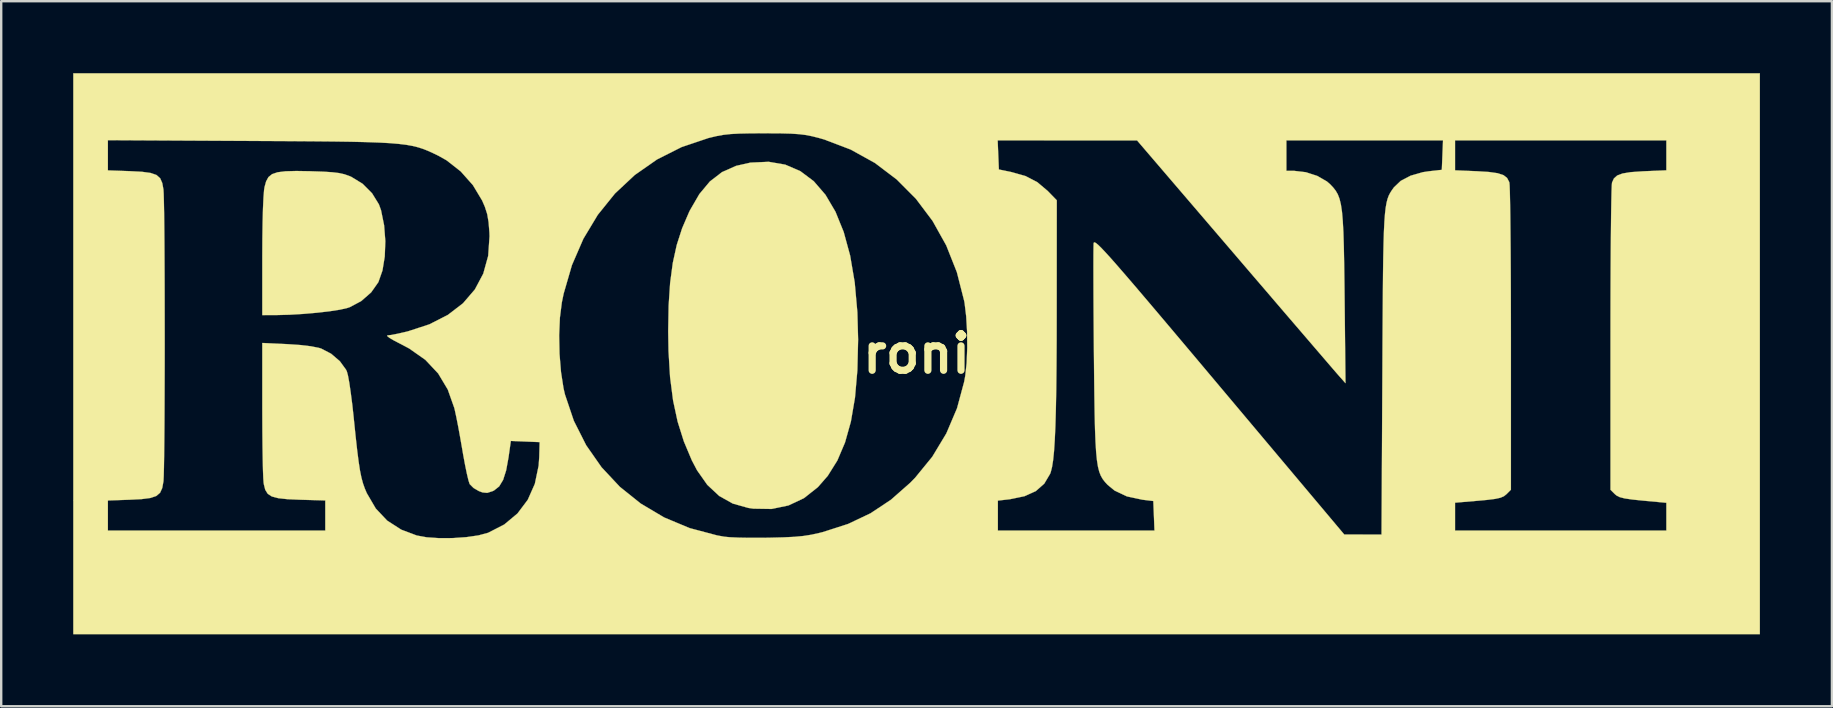
<source format=kicad_pcb>
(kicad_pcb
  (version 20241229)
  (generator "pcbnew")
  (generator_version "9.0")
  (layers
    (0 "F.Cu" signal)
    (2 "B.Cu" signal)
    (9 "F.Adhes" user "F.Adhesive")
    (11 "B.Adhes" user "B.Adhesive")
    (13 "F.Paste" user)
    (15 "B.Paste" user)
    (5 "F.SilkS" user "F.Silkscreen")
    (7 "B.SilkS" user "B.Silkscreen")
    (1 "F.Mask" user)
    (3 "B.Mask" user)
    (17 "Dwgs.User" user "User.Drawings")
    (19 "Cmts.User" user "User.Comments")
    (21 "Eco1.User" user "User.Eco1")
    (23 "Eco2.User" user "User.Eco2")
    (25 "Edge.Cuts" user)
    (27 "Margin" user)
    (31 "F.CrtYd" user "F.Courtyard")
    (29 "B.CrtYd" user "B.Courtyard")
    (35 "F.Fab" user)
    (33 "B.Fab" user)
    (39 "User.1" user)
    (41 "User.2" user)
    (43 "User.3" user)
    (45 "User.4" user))
  (footprint "roni"
    (layer "F.Cu")
    (at 35.142 11.689)
    (property "Reference" "roni" (at 0 0 0) (layer "F.SilkS") (effects (font (size 1.524 1.524) (thickness 0.3))))
    (attr through_hole)
    (fp_poly (pts (xy -25.247 -7.604) (xy -25.234 -7.603) (xy -24.724 -7.586) (xy -24.347 -7.562) (xy -24.066 -7.528) (xy -23.842 -7.478) (xy -23.64 -7.407) (xy -23.555 -7.371) (xy -23.085 -7.083) (xy -22.689 -6.686) (xy -22.403 -6.223) (xy -22.314 -5.976) (xy -22.187 -5.351) (xy -22.136 -4.693) (xy -22.16 -4.051) (xy -22.255 -3.469) (xy -22.422 -2.993) (xy -22.431 -2.975) (xy -22.727 -2.556) (xy -23.137 -2.197) (xy -23.606 -1.945) (xy -23.723 -1.905) (xy -24.031 -1.835) (xy -24.466 -1.768) (xy -24.988 -1.708) (xy -25.554 -1.659) (xy -26.123 -1.625) (xy -26.654 -1.611) (xy -26.691 -1.611) (xy -27.263 -1.609) (xy -27.263 -4.06) (xy -27.259 -4.808) (xy -27.249 -5.478) (xy -27.234 -6.05) (xy -27.213 -6.505) (xy -27.188 -6.823) (xy -27.169 -6.946) (xy -27.103 -7.183) (xy -27.006 -7.36) (xy -26.854 -7.483) (xy -26.625 -7.561) (xy -26.296 -7.602) (xy -25.844 -7.614) (xy -25.247 -7.604)) (stroke (width 0.01) (type solid)) (fill yes) (layer "F.SilkS"))
    (fp_poly (pts (xy -5.47 -7.878) (xy -4.843 -7.607) (xy -4.284 -7.188) (xy -3.796 -6.623) (xy -3.379 -5.916) (xy -3.036 -5.071) (xy -2.768 -4.088) (xy -2.578 -2.973) (xy -2.467 -1.728) (xy -2.436 -0.593) (xy -2.467 0.691) (xy -2.566 1.828) (xy -2.737 2.827) (xy -2.981 3.697) (xy -3.3 4.447) (xy -3.699 5.086) (xy -4.11 5.557) (xy -4.691 6.017) (xy -5.336 6.321) (xy -6.041 6.468) (xy -6.8 6.456) (xy -7.008 6.426) (xy -7.658 6.244) (xy -8.225 5.926) (xy -8.719 5.466) (xy -9.148 4.856) (xy -9.364 4.445) (xy -9.697 3.654) (xy -9.956 2.831) (xy -10.146 1.947) (xy -10.271 0.977) (xy -10.336 -0.109) (xy -10.35 -0.931) (xy -10.331 -2.01) (xy -10.269 -2.951) (xy -10.158 -3.783) (xy -9.993 -4.533) (xy -9.769 -5.228) (xy -9.482 -5.896) (xy -9.447 -5.969) (xy -9.052 -6.651) (xy -8.611 -7.18) (xy -8.106 -7.568) (xy -7.521 -7.828) (xy -6.921 -7.963) (xy -6.163 -7.997) (xy -5.47 -7.878)) (stroke (width 0.01) (type solid)) (fill yes) (layer "F.SilkS"))
    (fp_poly (pts (xy 35.137 11.684) (xy -35.137 11.684) (xy -35.137 -7.639) (xy -33.697 -7.639) (xy -32.782 -7.607) (xy -32.277 -7.581) (xy -31.916 -7.532) (xy -31.671 -7.447) (xy -31.518 -7.311) (xy -31.43 -7.111) (xy -31.382 -6.843) (xy -31.372 -6.67) (xy -31.363 -6.344) (xy -31.354 -5.885) (xy -31.347 -5.309) (xy -31.341 -4.635) (xy -31.337 -3.879) (xy -31.333 -3.06) (xy -31.331 -2.195) (xy -31.33 -1.302) (xy -31.329 -0.398) (xy -31.33 0.498) (xy -31.333 1.37) (xy -31.336 2.199) (xy -31.34 2.969) (xy -31.346 3.661) (xy -31.353 4.257) (xy -31.361 4.74) (xy -31.37 5.093) (xy -31.38 5.298) (xy -31.382 5.319) (xy -31.432 5.596) (xy -31.522 5.793) (xy -31.678 5.927) (xy -31.927 6.011) (xy -32.293 6.058) (xy -32.782 6.083) (xy -33.697 6.115) (xy -33.697 7.366) (xy -24.638 7.366) (xy -24.638 6.113) (xy -25.679 6.084) (xy -26.21 6.061) (xy -26.597 6.019) (xy -26.865 5.948) (xy -27.037 5.835) (xy -27.14 5.669) (xy -27.198 5.439) (xy -27.208 5.371) (xy -27.221 5.188) (xy -27.234 4.861) (xy -27.244 4.412) (xy -27.253 3.866) (xy -27.259 3.248) (xy -27.262 2.582) (xy -27.263 2.262) (xy -27.263 -0.448) (xy -26.226 -0.4) (xy -25.696 -0.364) (xy -25.242 -0.311) (xy -24.903 -0.244) (xy -24.808 -0.215) (xy -24.396 -0.000476) (xy -24.033 0.309) (xy -23.774 0.664) (xy -23.738 0.741) (xy -23.693 0.909) (xy -23.637 1.215) (xy -23.577 1.627) (xy -23.514 2.115) (xy -23.456 2.646) (xy -23.452 2.688) (xy -23.376 3.427) (xy -23.31 4.02) (xy -23.25 4.49) (xy -23.193 4.862) (xy -23.133 5.159) (xy -23.067 5.403) (xy -22.991 5.617) (xy -22.907 5.813) (xy -22.535 6.449) (xy -22.06 6.953) (xy -21.473 7.331) (xy -20.828 7.574) (xy -20.411 7.65) (xy -19.892 7.685) (xy -19.324 7.682) (xy -18.761 7.643) (xy -18.256 7.57) (xy -17.862 7.464) (xy -17.852 7.461) (xy -17.182 7.117) (xy -16.629 6.656) (xy -16.202 6.088) (xy -15.906 5.421) (xy -15.748 4.664) (xy -15.723 4.307) (xy -15.706 3.683) (xy -16.906 3.634) (xy -17.003 4.32) (xy -17.102 4.862) (xy -17.228 5.257) (xy -17.393 5.529) (xy -17.607 5.698) (xy -17.668 5.727) (xy -17.891 5.798) (xy -18.083 5.78) (xy -18.239 5.723) (xy -18.46 5.594) (xy -18.615 5.439) (xy -18.625 5.423) (xy -18.672 5.277) (xy -18.738 5) (xy -18.815 4.625) (xy -18.896 4.187) (xy -18.928 3.997) (xy -19.013 3.51) (xy -19.099 3.038) (xy -19.18 2.628) (xy -19.246 2.326) (xy -19.26 2.266) (xy -19.535 1.49) (xy -19.935 0.822) (xy -20.468 0.255) (xy -21.14 -0.217) (xy -21.46 -0.387) (xy -21.759 -0.541) (xy -21.968 -0.664) (xy -22.064 -0.742) (xy -22.048 -0.762) (xy -22.005 -0.767) (xy -14.894 -0.767) (xy -14.878 0.008) (xy -14.816 0.764) (xy -14.711 1.441) (xy -14.653 1.693) (xy -14.281 2.797) (xy -13.768 3.813) (xy -13.126 4.732) (xy -12.364 5.546) (xy -11.491 6.245) (xy -10.518 6.822) (xy -9.454 7.267) (xy -8.309 7.571) (xy -8.001 7.626) (xy -7.772 7.647) (xy -7.413 7.663) (xy -6.964 7.671) (xy -6.464 7.671) (xy -6.138 7.667) (xy -5.554 7.652) (xy -5.096 7.63) (xy -4.722 7.595) (xy -4.391 7.543) (xy -4.059 7.47) (xy -3.894 7.428) (xy -2.849 7.091) (xy -1.918 6.649) (xy -1.068 6.085) (xy -0.266 5.379) (xy -0.06 5.168) (xy 0.653 4.295) (xy 1.239 3.323) (xy 1.686 2.272) (xy 1.984 1.166) (xy 2.028 0.92) (xy 2.086 0.388) (xy 2.111 -0.245) (xy 2.105 -0.916) (xy 2.067 -1.56) (xy 2 -2.114) (xy 1.985 -2.197) (xy 1.679 -3.398) (xy 1.236 -4.514) (xy 0.665 -5.536) (xy -0.027 -6.456) (xy -0.83 -7.263) (xy -1.738 -7.95) (xy -2.742 -8.506) (xy -3.748 -8.89) (xy 3.379 -8.89) (xy 3.429 -7.677) (xy 3.946 -7.571) (xy 4.541 -7.403) (xy 5.029 -7.15) (xy 5.464 -6.783) (xy 5.487 -6.759) (xy 5.842 -6.394) (xy 5.839 -1.864) (xy 5.837 -0.59) (xy 5.83 0.525) (xy 5.82 1.491) (xy 5.804 2.318) (xy 5.784 3.016) (xy 5.758 3.596) (xy 5.727 4.066) (xy 5.689 4.439) (xy 5.644 4.723) (xy 5.592 4.929) (xy 5.566 5.001) (xy 5.321 5.414) (xy 4.97 5.723) (xy 4.499 5.936) (xy 3.893 6.062) (xy 3.831 6.069) (xy 3.387 6.12) (xy 3.387 7.366) (xy 9.913 7.366) (xy 9.889 6.752) (xy 9.864 6.138) (xy 9.41 6.083) (xy 8.765 5.945) (xy 8.251 5.702) (xy 7.963 5.466) (xy 7.852 5.346) (xy 7.758 5.225) (xy 7.679 5.088) (xy 7.613 4.921) (xy 7.559 4.709) (xy 7.516 4.439) (xy 7.482 4.096) (xy 7.456 3.666) (xy 7.435 3.135) (xy 7.42 2.489) (xy 7.408 1.713) (xy 7.397 0.793) (xy 7.389 -0.042) (xy 7.382 -0.889) (xy 7.376 -1.691) (xy 7.372 -2.43) (xy 7.37 -3.089) (xy 7.369 -3.652) (xy 7.37 -4.1) (xy 7.373 -4.418) (xy 7.377 -4.588) (xy 7.379 -4.605) (xy 7.391 -4.636) (xy 7.424 -4.639) (xy 7.481 -4.607) (xy 7.571 -4.532) (xy 7.699 -4.407) (xy 7.871 -4.224) (xy 8.095 -3.978) (xy 8.375 -3.66) (xy 8.719 -3.263) (xy 9.133 -2.781) (xy 9.623 -2.205) (xy 10.195 -1.53) (xy 10.856 -0.747) (xy 11.612 0.15) (xy 12.469 1.169) (xy 12.615 1.343) (xy 17.822 7.534) (xy 18.598 7.535) (xy 19.374 7.535) (xy 19.409 0.826) (xy 19.415 -0.437) (xy 19.422 -1.543) (xy 19.429 -2.501) (xy 19.436 -3.326) (xy 19.446 -4.027) (xy 19.459 -4.616) (xy 19.474 -5.106) (xy 19.494 -5.507) (xy 19.518 -5.831) (xy 19.548 -6.09) (xy 19.584 -6.295) (xy 19.626 -6.458) (xy 19.676 -6.591) (xy 19.735 -6.704) (xy 19.802 -6.809) (xy 19.88 -6.919) (xy 19.887 -6.929) (xy 20.173 -7.202) (xy 20.588 -7.419) (xy 21.096 -7.565) (xy 21.351 -7.603) (xy 21.886 -7.662) (xy 21.911 -8.276) (xy 21.936 -8.89) (xy 22.437 -8.89) (xy 22.437 -7.642) (xy 23.347 -7.604) (xy 23.85 -7.573) (xy 24.21 -7.522) (xy 24.453 -7.443) (xy 24.604 -7.327) (xy 24.69 -7.164) (xy 24.701 -7.131) (xy 24.711 -7.01) (xy 24.721 -6.734) (xy 24.73 -6.316) (xy 24.739 -5.771) (xy 24.746 -5.111) (xy 24.753 -4.351) (xy 24.758 -3.504) (xy 24.762 -2.585) (xy 24.764 -1.607) (xy 24.765 -0.616) (xy 24.765 5.668) (xy 24.579 5.854) (xy 24.472 5.939) (xy 24.326 6.001) (xy 24.107 6.049) (xy 23.78 6.09) (xy 23.415 6.124) (xy 22.437 6.207) (xy 22.437 7.366) (xy 31.242 7.366) (xy 31.242 6.211) (xy 30.258 6.12) (xy 29.814 6.074) (xy 29.506 6.029) (xy 29.3 5.976) (xy 29.164 5.907) (xy 29.094 5.848) (xy 28.914 5.668) (xy 28.914 -0.616) (xy 28.915 -1.638) (xy 28.917 -2.615) (xy 28.921 -3.532) (xy 28.926 -4.376) (xy 28.933 -5.133) (xy 28.94 -5.789) (xy 28.949 -6.331) (xy 28.958 -6.745) (xy 28.968 -7.016) (xy 28.978 -7.131) (xy 29.056 -7.302) (xy 29.194 -7.426) (xy 29.42 -7.511) (xy 29.758 -7.566) (xy 30.235 -7.599) (xy 30.332 -7.604) (xy 31.242 -7.642) (xy 31.242 -8.89) (xy 22.437 -8.89) (xy 21.936 -8.89) (xy 15.409 -8.89) (xy 15.409 -7.62) (xy 15.733 -7.62) (xy 16.221 -7.563) (xy 16.697 -7.409) (xy 17.097 -7.179) (xy 17.227 -7.067) (xy 17.355 -6.932) (xy 17.463 -6.795) (xy 17.552 -6.641) (xy 17.624 -6.453) (xy 17.681 -6.217) (xy 17.726 -5.915) (xy 17.759 -5.532) (xy 17.785 -5.052) (xy 17.803 -4.459) (xy 17.817 -3.737) (xy 17.829 -2.871) (xy 17.835 -2.328) (xy 17.872 1.228) (xy 17.636 0.962) (xy 17.543 0.856) (xy 17.349 0.632) (xy 17.064 0.3) (xy 16.696 -0.128) (xy 16.255 -0.642) (xy 15.75 -1.23) (xy 15.189 -1.883) (xy 14.584 -2.59) (xy 13.941 -3.339) (xy 13.293 -4.096) (xy 9.186 -8.889) (xy 3.379 -8.89) (xy -3.748 -8.89) (xy -3.834 -8.923) (xy -4.07 -8.991) (xy -4.351 -9.062) (xy -4.615 -9.114) (xy -4.898 -9.149) (xy -5.235 -9.171) (xy -5.662 -9.182) (xy -6.215 -9.185) (xy -6.35 -9.186) (xy -6.936 -9.183) (xy -7.389 -9.173) (xy -7.747 -9.154) (xy -8.047 -9.121) (xy -8.324 -9.071) (xy -8.617 -9.002) (xy -8.678 -8.986) (xy -9.789 -8.612) (xy -10.812 -8.097) (xy -11.74 -7.449) (xy -12.567 -6.676) (xy -13.284 -5.787) (xy -13.884 -4.79) (xy -14.36 -3.693) (xy -14.706 -2.504) (xy -14.781 -2.14) (xy -14.862 -1.503) (xy -14.894 -0.767) (xy -22.005 -0.767) (xy -21.885 -0.782) (xy -21.611 -0.836) (xy -21.279 -0.912) (xy -21.201 -0.931) (xy -20.3 -1.225) (xy -19.532 -1.617) (xy -18.9 -2.102) (xy -18.406 -2.677) (xy -18.055 -3.337) (xy -17.85 -4.078) (xy -17.794 -4.897) (xy -17.799 -5.045) (xy -17.833 -5.48) (xy -17.89 -5.815) (xy -17.988 -6.121) (xy -18.103 -6.386) (xy -18.487 -7.025) (xy -18.994 -7.596) (xy -19.586 -8.06) (xy -19.934 -8.255) (xy -20.154 -8.361) (xy -20.357 -8.453) (xy -20.557 -8.533) (xy -20.765 -8.6) (xy -20.995 -8.657) (xy -21.26 -8.705) (xy -21.573 -8.743) (xy -21.948 -8.775) (xy -22.396 -8.799) (xy -22.932 -8.818) (xy -23.568 -8.833) (xy -24.317 -8.844) (xy -25.193 -8.852) (xy -26.208 -8.859) (xy -27.376 -8.865) (xy -27.75 -8.867) (xy -33.697 -8.898) (xy -33.697 -7.639) (xy -35.137 -7.639) (xy -35.137 -11.684) (xy 35.137 -11.684) (xy 35.137 11.684)) (stroke (width 0.01) (type solid)) (fill yes) (layer "F.SilkS")))
  (gr_rect
    (start -3 -3)
    (end 73.283 26.378)
    (stroke (width 0.1) (type default))
    (fill no)
    (layer "Edge.Cuts")))
</source>
